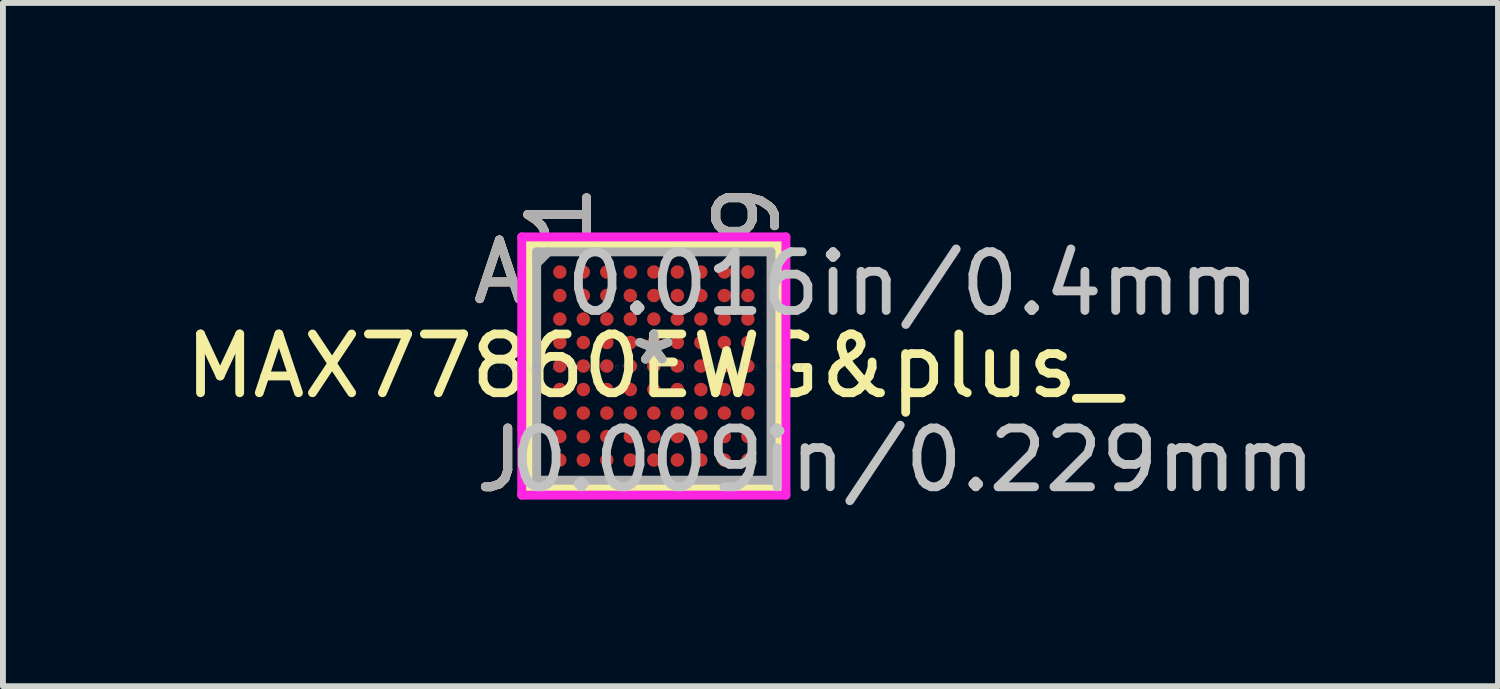
<source format=kicad_pcb>
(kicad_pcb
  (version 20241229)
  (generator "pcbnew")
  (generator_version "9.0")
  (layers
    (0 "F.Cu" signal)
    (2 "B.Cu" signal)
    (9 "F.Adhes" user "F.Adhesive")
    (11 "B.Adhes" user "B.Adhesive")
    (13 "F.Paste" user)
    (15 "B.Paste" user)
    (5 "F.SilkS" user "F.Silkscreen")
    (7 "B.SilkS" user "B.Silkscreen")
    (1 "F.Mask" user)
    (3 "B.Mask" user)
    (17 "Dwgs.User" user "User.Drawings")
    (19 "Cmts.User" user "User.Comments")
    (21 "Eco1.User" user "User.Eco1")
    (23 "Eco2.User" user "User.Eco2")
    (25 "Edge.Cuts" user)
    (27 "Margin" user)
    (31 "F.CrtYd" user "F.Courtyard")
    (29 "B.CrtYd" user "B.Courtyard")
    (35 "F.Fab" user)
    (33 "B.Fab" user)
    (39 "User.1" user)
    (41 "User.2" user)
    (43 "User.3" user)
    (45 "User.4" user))
  (footprint "MAX77860EWG&plus_"
    (layer "F.Cu")
    (at 8.077 3.179)
    (property "Reference" "MAX77860EWG&plus_" (at 0 0 0) (layer "F.SilkS") (effects (font (size 1 1) (thickness 0.15))))
    (attr through_hole)
    (fp_line (start -2.121 -2.07) (end -2.121 2.07) (stroke (width 0.152) (type solid)) (layer "F.SilkS"))
    (fp_line (start -2.121 2.07) (end 2.121 2.07) (stroke (width 0.152) (type solid)) (layer "F.SilkS"))
    (fp_line (start -2.047 0) (end -2.248 0) (stroke (width 0.152) (type solid)) (layer "F.SilkS"))
    (fp_line (start 2.047 0) (end 2.248 0) (stroke (width 0.152) (type solid)) (layer "F.SilkS"))
    (fp_line (start 2.121 -2.07) (end -2.121 -2.07) (stroke (width 0.152) (type solid)) (layer "F.SilkS"))
    (fp_line (start 2.121 2.07) (end 2.121 -2.07) (stroke (width 0.152) (type solid)) (layer "F.SilkS"))
    (fp_line (start -2.248 -2.197) (end 2.248 -2.197) (stroke (width 0.152) (type solid)) (layer "F.CrtYd"))
    (fp_line (start -2.248 2.197) (end -2.248 -2.197) (stroke (width 0.152) (type solid)) (layer "F.CrtYd"))
    (fp_line (start 2.248 -2.197) (end 2.248 2.197) (stroke (width 0.152) (type solid)) (layer "F.CrtYd"))
    (fp_line (start 2.248 2.197) (end -2.248 2.197) (stroke (width 0.152) (type solid)) (layer "F.CrtYd"))
    (fp_line (start -1.994 -1.943) (end -1.994 1.943) (stroke (width 0.152) (type solid)) (layer "F.Fab"))
    (fp_line (start -1.994 1.943) (end 1.994 1.943) (stroke (width 0.152) (type solid)) (layer "F.Fab"))
    (fp_line (start -1.794 -1.943) (end -1.994 -1.743) (stroke (width 0.152) (type solid)) (layer "F.Fab"))
    (fp_line (start 1.994 -1.943) (end -1.994 -1.943) (stroke (width 0.152) (type solid)) (layer "F.Fab"))
    (fp_line (start 1.994 1.943) (end 1.994 -1.943) (stroke (width 0.152) (type solid)) (layer "F.Fab"))
    (fp_text user "1" (at -1.6 -2.578 90) (layer "F.SilkS") (effects (font (size 1 1) (thickness 0.15))))
    (fp_text user "9" (at 1.6 -2.578 90) (layer "F.SilkS") (effects (font (size 1 1) (thickness 0.15))))
    (fp_text user "*" (at 0 0 0) (layer "F.SilkS") (effects (font (size 1 1) (thickness 0.15))))
    (fp_text user "A" (at -2.629 -1.6 0) (layer "F.SilkS") (effects (font (size 1 1) (thickness 0.15))))
    (fp_text user "J" (at -2.629 1.6 0) (layer "F.SilkS") (effects (font (size 1 1) (thickness 0.15))))
    (fp_text user "9" (at 1.6 -2.578 90) (layer "B.SilkS") (effects (font (size 1 1) (thickness 0.15))))
    (fp_text user "A" (at -2.629 -1.6 0) (layer "B.SilkS") (effects (font (size 1 1) (thickness 0.15))))
    (fp_text user "1" (at -1.6 -2.578 90) (layer "B.SilkS") (effects (font (size 1 1) (thickness 0.15))))
    (fp_text user "J" (at -2.629 1.6 0) (layer "B.SilkS") (effects (font (size 1 1) (thickness 0.15))))
    (fp_text user "0.009in/0.229mm" (at 4.407 1.6 0) (layer "Dwgs.User") (effects (font (size 1 1) (thickness 0.15))))
    (fp_text user "0.016in/0.4mm" (at 4.407 -1.4 0) (layer "Dwgs.User") (effects (font (size 1 1) (thickness 0.15))))
    (fp_text user "Copyright 2016 Accelerated Designs. All rights reserved." (at 0 0 0) (layer "Cmts.User") (effects (font (size 0.127 0.127) (thickness 0.002))))
    (fp_text user "J" (at -2.629 1.6 0) (layer "F.Fab") (effects (font (size 1 1) (thickness 0.15))))
    (fp_text user "1" (at -1.6 -2.578 90) (layer "F.Fab") (effects (font (size 1 1) (thickness 0.15))))
    (fp_text user "*" (at 0 0 0) (layer "F.Fab") (effects (font (size 1 1) (thickness 0.15))))
    (fp_text user "A" (at -2.629 -1.6 0) (layer "F.Fab") (effects (font (size 1 1) (thickness 0.15))))
    (fp_text user "9" (at 1.6 -2.578 90) (layer "F.Fab") (effects (font (size 1 1) (thickness 0.15))))
    (pad "A1" smd circle (at -1.6 -1.6) (size 0.229 0.229) (layers "F.Cu" "F.Mask" "F.Paste"))
    (pad "A2" smd circle (at -1.2 -1.6) (size 0.229 0.229) (layers "F.Cu" "F.Mask" "F.Paste"))
    (pad "A3" smd circle (at -0.8 -1.6) (size 0.229 0.229) (layers "F.Cu" "F.Mask" "F.Paste"))
    (pad "A4" smd circle (at -0.4 -1.6) (size 0.229 0.229) (layers "F.Cu" "F.Mask" "F.Paste"))
    (pad "A5" smd circle (at 0 -1.6) (size 0.229 0.229) (layers "F.Cu" "F.Mask" "F.Paste"))
    (pad "A6" smd circle (at 0.4 -1.6) (size 0.229 0.229) (layers "F.Cu" "F.Mask" "F.Paste"))
    (pad "A7" smd circle (at 0.8 -1.6) (size 0.229 0.229) (layers "F.Cu" "F.Mask" "F.Paste"))
    (pad "A8" smd circle (at 1.2 -1.6) (size 0.229 0.229) (layers "F.Cu" "F.Mask" "F.Paste"))
    (pad "A9" smd circle (at 1.6 -1.6) (size 0.229 0.229) (layers "F.Cu" "F.Mask" "F.Paste"))
    (pad "B1" smd circle (at -1.6 -1.2) (size 0.229 0.229) (layers "F.Cu" "F.Mask" "F.Paste"))
    (pad "B2" smd circle (at -1.2 -1.2) (size 0.229 0.229) (layers "F.Cu" "F.Mask" "F.Paste"))
    (pad "B3" smd circle (at -0.8 -1.2) (size 0.229 0.229) (layers "F.Cu" "F.Mask" "F.Paste"))
    (pad "B4" smd circle (at -0.4 -1.2) (size 0.229 0.229) (layers "F.Cu" "F.Mask" "F.Paste"))
    (pad "B5" smd circle (at 0 -1.2) (size 0.229 0.229) (layers "F.Cu" "F.Mask" "F.Paste"))
    (pad "B6" smd circle (at 0.4 -1.2) (size 0.229 0.229) (layers "F.Cu" "F.Mask" "F.Paste"))
    (pad "B7" smd circle (at 0.8 -1.2) (size 0.229 0.229) (layers "F.Cu" "F.Mask" "F.Paste"))
    (pad "B8" smd circle (at 1.2 -1.2) (size 0.229 0.229) (layers "F.Cu" "F.Mask" "F.Paste"))
    (pad "B9" smd circle (at 1.6 -1.2) (size 0.229 0.229) (layers "F.Cu" "F.Mask" "F.Paste"))
    (pad "C1" smd circle (at -1.6 -0.8) (size 0.229 0.229) (layers "F.Cu" "F.Mask" "F.Paste"))
    (pad "C2" smd circle (at -1.2 -0.8) (size 0.229 0.229) (layers "F.Cu" "F.Mask" "F.Paste"))
    (pad "C3" smd circle (at -0.8 -0.8) (size 0.229 0.229) (layers "F.Cu" "F.Mask" "F.Paste"))
    (pad "C4" smd circle (at -0.4 -0.8) (size 0.229 0.229) (layers "F.Cu" "F.Mask" "F.Paste"))
    (pad "C5" smd circle (at 0 -0.8) (size 0.229 0.229) (layers "F.Cu" "F.Mask" "F.Paste"))
    (pad "C6" smd circle (at 0.4 -0.8) (size 0.229 0.229) (layers "F.Cu" "F.Mask" "F.Paste"))
    (pad "C7" smd circle (at 0.8 -0.8) (size 0.229 0.229) (layers "F.Cu" "F.Mask" "F.Paste"))
    (pad "C8" smd circle (at 1.2 -0.8) (size 0.229 0.229) (layers "F.Cu" "F.Mask" "F.Paste"))
    (pad "C9" smd circle (at 1.6 -0.8) (size 0.229 0.229) (layers "F.Cu" "F.Mask" "F.Paste"))
    (pad "D1" smd circle (at -1.6 -0.4) (size 0.229 0.229) (layers "F.Cu" "F.Mask" "F.Paste"))
    (pad "D2" smd circle (at -1.2 -0.4) (size 0.229 0.229) (layers "F.Cu" "F.Mask" "F.Paste"))
    (pad "D3" smd circle (at -0.8 -0.4) (size 0.229 0.229) (layers "F.Cu" "F.Mask" "F.Paste"))
    (pad "D4" smd circle (at -0.4 -0.4) (size 0.229 0.229) (layers "F.Cu" "F.Mask" "F.Paste"))
    (pad "D5" smd circle (at 0 -0.4) (size 0.229 0.229) (layers "F.Cu" "F.Mask" "F.Paste"))
    (pad "D6" smd circle (at 0.4 -0.4) (size 0.229 0.229) (layers "F.Cu" "F.Mask" "F.Paste"))
    (pad "D7" smd circle (at 0.8 -0.4) (size 0.229 0.229) (layers "F.Cu" "F.Mask" "F.Paste"))
    (pad "D8" smd circle (at 1.2 -0.4) (size 0.229 0.229) (layers "F.Cu" "F.Mask" "F.Paste"))
    (pad "D9" smd circle (at 1.6 -0.4) (size 0.229 0.229) (layers "F.Cu" "F.Mask" "F.Paste"))
    (pad "E1" smd circle (at -1.6 0) (size 0.229 0.229) (layers "F.Cu" "F.Mask" "F.Paste"))
    (pad "E2" smd circle (at -1.2 0) (size 0.229 0.229) (layers "F.Cu" "F.Mask" "F.Paste"))
    (pad "E3" smd circle (at -0.8 0) (size 0.229 0.229) (layers "F.Cu" "F.Mask" "F.Paste"))
    (pad "E4" smd circle (at -0.4 0) (size 0.229 0.229) (layers "F.Cu" "F.Mask" "F.Paste"))
    (pad "E5" smd circle (at 0 0) (size 0.229 0.229) (layers "F.Cu" "F.Mask" "F.Paste"))
    (pad "E6" smd circle (at 0.4 0) (size 0.229 0.229) (layers "F.Cu" "F.Mask" "F.Paste"))
    (pad "E7" smd circle (at 0.8 0) (size 0.229 0.229) (layers "F.Cu" "F.Mask" "F.Paste"))
    (pad "E8" smd circle (at 1.2 0) (size 0.229 0.229) (layers "F.Cu" "F.Mask" "F.Paste"))
    (pad "E9" smd circle (at 1.6 0) (size 0.229 0.229) (layers "F.Cu" "F.Mask" "F.Paste"))
    (pad "F1" smd circle (at -1.6 0.4) (size 0.229 0.229) (layers "F.Cu" "F.Mask" "F.Paste"))
    (pad "F2" smd circle (at -1.2 0.4) (size 0.229 0.229) (layers "F.Cu" "F.Mask" "F.Paste"))
    (pad "F3" smd circle (at -0.8 0.4) (size 0.229 0.229) (layers "F.Cu" "F.Mask" "F.Paste"))
    (pad "F4" smd circle (at -0.4 0.4) (size 0.229 0.229) (layers "F.Cu" "F.Mask" "F.Paste"))
    (pad "F5" smd circle (at 0 0.4) (size 0.229 0.229) (layers "F.Cu" "F.Mask" "F.Paste"))
    (pad "F6" smd circle (at 0.4 0.4) (size 0.229 0.229) (layers "F.Cu" "F.Mask" "F.Paste"))
    (pad "F7" smd circle (at 0.8 0.4) (size 0.229 0.229) (layers "F.Cu" "F.Mask" "F.Paste"))
    (pad "F8" smd circle (at 1.2 0.4) (size 0.229 0.229) (layers "F.Cu" "F.Mask" "F.Paste"))
    (pad "F9" smd circle (at 1.6 0.4) (size 0.229 0.229) (layers "F.Cu" "F.Mask" "F.Paste"))
    (pad "G1" smd circle (at -1.6 0.8) (size 0.229 0.229) (layers "F.Cu" "F.Mask" "F.Paste"))
    (pad "G2" smd circle (at -1.2 0.8) (size 0.229 0.229) (layers "F.Cu" "F.Mask" "F.Paste"))
    (pad "G3" smd circle (at -0.8 0.8) (size 0.229 0.229) (layers "F.Cu" "F.Mask" "F.Paste"))
    (pad "G4" smd circle (at -0.4 0.8) (size 0.229 0.229) (layers "F.Cu" "F.Mask" "F.Paste"))
    (pad "G5" smd circle (at 0 0.8) (size 0.229 0.229) (layers "F.Cu" "F.Mask" "F.Paste"))
    (pad "G6" smd circle (at 0.4 0.8) (size 0.229 0.229) (layers "F.Cu" "F.Mask" "F.Paste"))
    (pad "G7" smd circle (at 0.8 0.8) (size 0.229 0.229) (layers "F.Cu" "F.Mask" "F.Paste"))
    (pad "G8" smd circle (at 1.2 0.8) (size 0.229 0.229) (layers "F.Cu" "F.Mask" "F.Paste"))
    (pad "G9" smd circle (at 1.6 0.8) (size 0.229 0.229) (layers "F.Cu" "F.Mask" "F.Paste"))
    (pad "H1" smd circle (at -1.6 1.2) (size 0.229 0.229) (layers "F.Cu" "F.Mask" "F.Paste"))
    (pad "H2" smd circle (at -1.2 1.2) (size 0.229 0.229) (layers "F.Cu" "F.Mask" "F.Paste"))
    (pad "H3" smd circle (at -0.8 1.2) (size 0.229 0.229) (layers "F.Cu" "F.Mask" "F.Paste"))
    (pad "H4" smd circle (at -0.4 1.2) (size 0.229 0.229) (layers "F.Cu" "F.Mask" "F.Paste"))
    (pad "H5" smd circle (at 0 1.2) (size 0.229 0.229) (layers "F.Cu" "F.Mask" "F.Paste"))
    (pad "H6" smd circle (at 0.4 1.2) (size 0.229 0.229) (layers "F.Cu" "F.Mask" "F.Paste"))
    (pad "H7" smd circle (at 0.8 1.2) (size 0.229 0.229) (layers "F.Cu" "F.Mask" "F.Paste"))
    (pad "H8" smd circle (at 1.2 1.2) (size 0.229 0.229) (layers "F.Cu" "F.Mask" "F.Paste"))
    (pad "H9" smd circle (at 1.6 1.2) (size 0.229 0.229) (layers "F.Cu" "F.Mask" "F.Paste"))
    (pad "J1" smd circle (at -1.6 1.6) (size 0.229 0.229) (layers "F.Cu" "F.Mask" "F.Paste"))
    (pad "J2" smd circle (at -1.2 1.6) (size 0.229 0.229) (layers "F.Cu" "F.Mask" "F.Paste"))
    (pad "J3" smd circle (at -0.8 1.6) (size 0.229 0.229) (layers "F.Cu" "F.Mask" "F.Paste"))
    (pad "J4" smd circle (at -0.4 1.6) (size 0.229 0.229) (layers "F.Cu" "F.Mask" "F.Paste"))
    (pad "J5" smd circle (at 0 1.6) (size 0.229 0.229) (layers "F.Cu" "F.Mask" "F.Paste"))
    (pad "J6" smd circle (at 0.4 1.6) (size 0.229 0.229) (layers "F.Cu" "F.Mask" "F.Paste"))
    (pad "J7" smd circle (at 0.8 1.6) (size 0.229 0.229) (layers "F.Cu" "F.Mask" "F.Paste"))
    (pad "J8" smd circle (at 1.2 1.6) (size 0.229 0.229) (layers "F.Cu" "F.Mask" "F.Paste"))
    (pad "J9" smd circle (at 1.6 1.6) (size 0.229 0.229) (layers "F.Cu" "F.Mask" "F.Paste")))
  (gr_rect
    (start -3 -3)
    (end 22.443 8.628)
    (stroke (width 0.1) (type default))
    (fill no)
    (layer "Edge.Cuts")))
</source>
